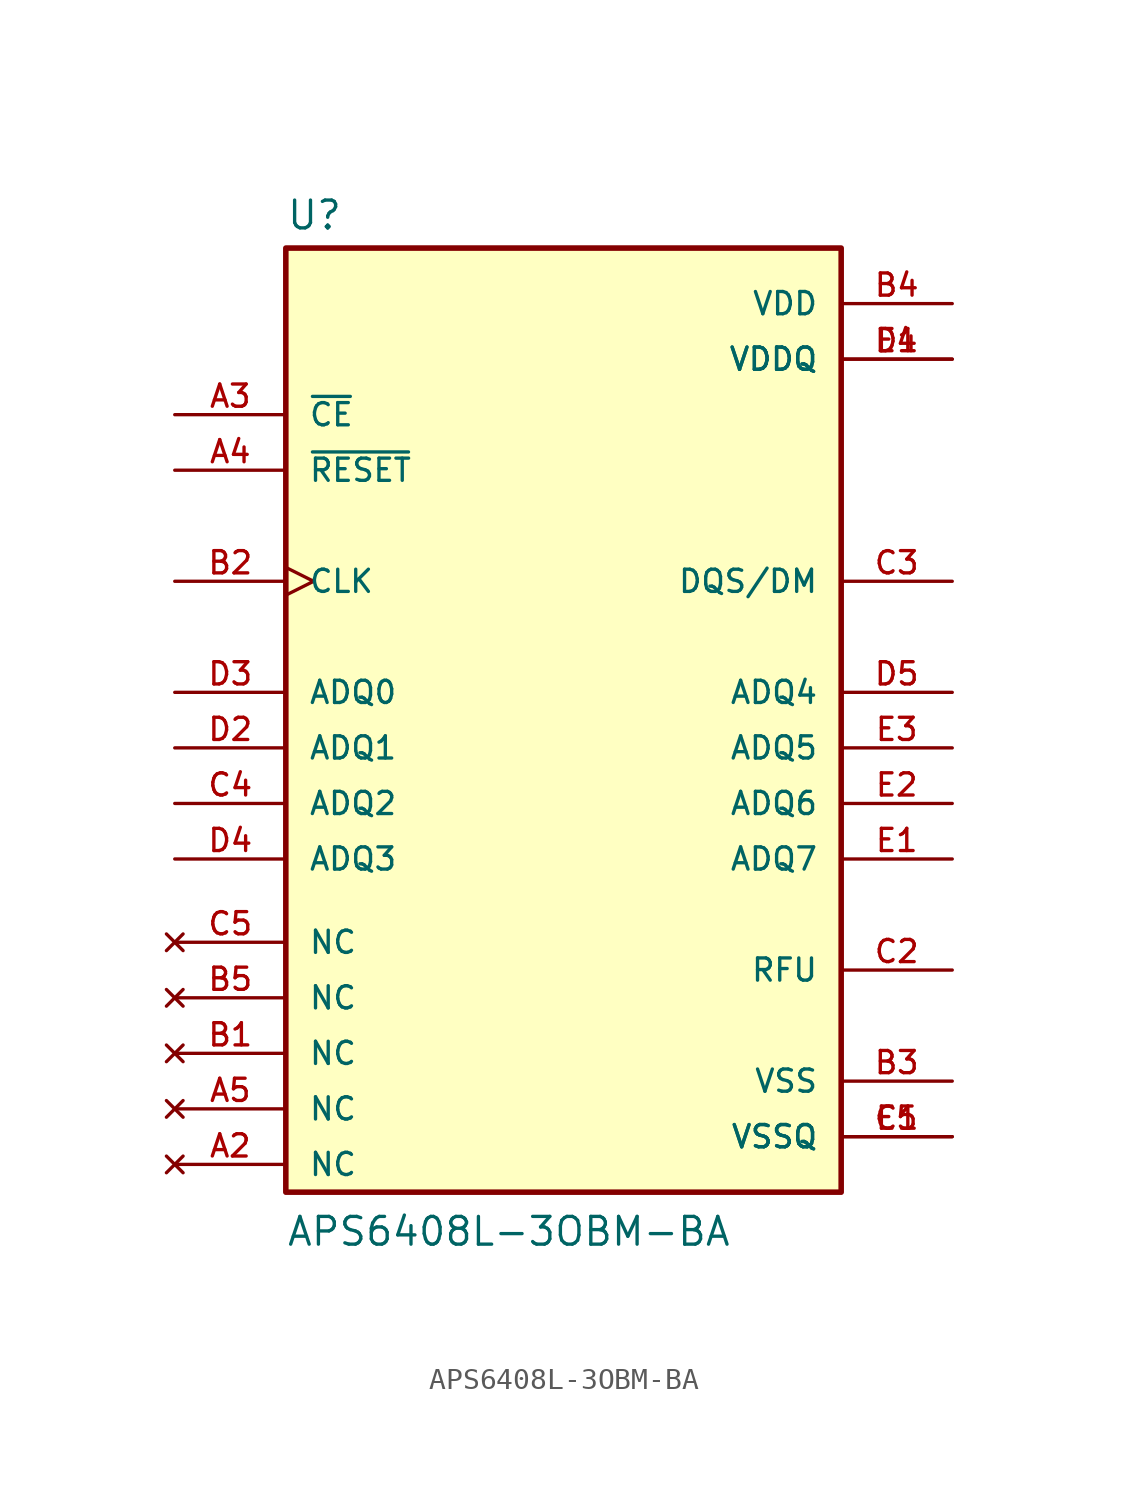
<source format=kicad_sym>
(kicad_symbol_lib
  (version 20220914)
  (generator kicad_symbol_editor)
  (symbol "APS6408L-3OBM-BA"
    (pin_names
      (offset 1.016))
    (property "Reference" "U"
      (at -12.7 21.082 0)
      (effects (font (size 1.27 1.27)) (justify left bottom)))
    (property "Value" "APS6408L-3OBM-BA"
      (at -12.7 -25.4 0)
      (effects (font (size 1.27 1.27)) (justify left bottom)))
    (property "ki_locked" ""
      (at 0 0 0)
      (effects (font (size 1.27 1.27))))
    (symbol "APS6408L-3OBM-BA_0_0"
      (rectangle (start -12.7 -22.86) (end 12.7 20.32) (stroke (width 0.254) (type solid)) (fill (type background)))
      (pin no_connect line (at -17.78 -21.59 0) (length 5.08) (name "NC" (effects (font (size 1.016 1.016)))) (number "A2" (effects (font (size 1.016 1.016)))))
      (pin input line (at -17.78 12.7 0) (length 5.08) (name "~{CE}" (effects (font (size 1.016 1.016)))) (number "A3" (effects (font (size 1.016 1.016)))))
      (pin input line (at -17.78 10.16 0) (length 5.08) (name "~{RESET}" (effects (font (size 1.016 1.016)))) (number "A4" (effects (font (size 1.016 1.016)))))
      (pin no_connect line (at -17.78 -19.05 0) (length 5.08) (name "NC" (effects (font (size 1.016 1.016)))) (number "A5" (effects (font (size 1.016 1.016)))))
      (pin no_connect line (at -17.78 -16.51 0) (length 5.08) (name "NC" (effects (font (size 1.016 1.016)))) (number "B1" (effects (font (size 1.016 1.016)))))
      (pin input clock (at -17.78 5.08 0) (length 5.08) (name "CLK" (effects (font (size 1.016 1.016)))) (number "B2" (effects (font (size 1.016 1.016)))))
      (pin power_in line (at 17.78 -17.78 180) (length 5.08) (name "VSS" (effects (font (size 1.016 1.016)))) (number "B3" (effects (font (size 1.016 1.016)))))
      (pin power_in line (at 17.78 17.78 180) (length 5.08) (name "VDD" (effects (font (size 1.016 1.016)))) (number "B4" (effects (font (size 1.016 1.016)))))
      (pin no_connect line (at -17.78 -13.97 0) (length 5.08) (name "NC" (effects (font (size 1.016 1.016)))) (number "B5" (effects (font (size 1.016 1.016)))))
      (pin power_in line (at 17.78 -20.32 180) (length 5.08) (name "VSSQ" (effects (font (size 1.016 1.016)))) (number "C1" (effects (font (size 1.016 1.016)))))
      (pin passive line (at 17.78 -12.7 180) (length 5.08) (name "RFU" (effects (font (size 1.016 1.016)))) (number "C2" (effects (font (size 1.016 1.016)))))
      (pin bidirectional line (at 17.78 5.08 180) (length 5.08) (name "DQS/DM" (effects (font (size 1.016 1.016)))) (number "C3" (effects (font (size 1.016 1.016)))))
      (pin bidirectional line (at -17.78 -5.08 0) (length 5.08) (name "ADQ2" (effects (font (size 1.016 1.016)))) (number "C4" (effects (font (size 1.016 1.016)))))
      (pin no_connect line (at -17.78 -11.43 0) (length 5.08) (name "NC" (effects (font (size 1.016 1.016)))) (number "C5" (effects (font (size 1.016 1.016)))))
      (pin power_in line (at 17.78 15.24 180) (length 5.08) (name "VDDQ" (effects (font (size 1.016 1.016)))) (number "D1" (effects (font (size 1.016 1.016)))))
      (pin bidirectional line (at -17.78 -2.54 0) (length 5.08) (name "ADQ1" (effects (font (size 1.016 1.016)))) (number "D2" (effects (font (size 1.016 1.016)))))
      (pin bidirectional line (at -17.78 0 0) (length 5.08) (name "ADQ0" (effects (font (size 1.016 1.016)))) (number "D3" (effects (font (size 1.016 1.016)))))
      (pin bidirectional line (at -17.78 -7.62 0) (length 5.08) (name "ADQ3" (effects (font (size 1.016 1.016)))) (number "D4" (effects (font (size 1.016 1.016)))))
      (pin bidirectional line (at 17.78 0 180) (length 5.08) (name "ADQ4" (effects (font (size 1.016 1.016)))) (number "D5" (effects (font (size 1.016 1.016)))))
      (pin bidirectional line (at 17.78 -7.62 180) (length 5.08) (name "ADQ7" (effects (font (size 1.016 1.016)))) (number "E1" (effects (font (size 1.016 1.016)))))
      (pin bidirectional line (at 17.78 -5.08 180) (length 5.08) (name "ADQ6" (effects (font (size 1.016 1.016)))) (number "E2" (effects (font (size 1.016 1.016)))))
      (pin bidirectional line (at 17.78 -2.54 180) (length 5.08) (name "ADQ5" (effects (font (size 1.016 1.016)))) (number "E3" (effects (font (size 1.016 1.016)))))
      (pin power_in line (at 17.78 15.24 180) (length 5.08) (name "VDDQ" (effects (font (size 1.016 1.016)))) (number "E4" (effects (font (size 1.016 1.016)))))
      (pin power_in line (at 17.78 -20.32 180) (length 5.08) (name "VSSQ" (effects (font (size 1.016 1.016)))) (number "E5" (effects (font (size 1.016 1.016))))))))
</source>
